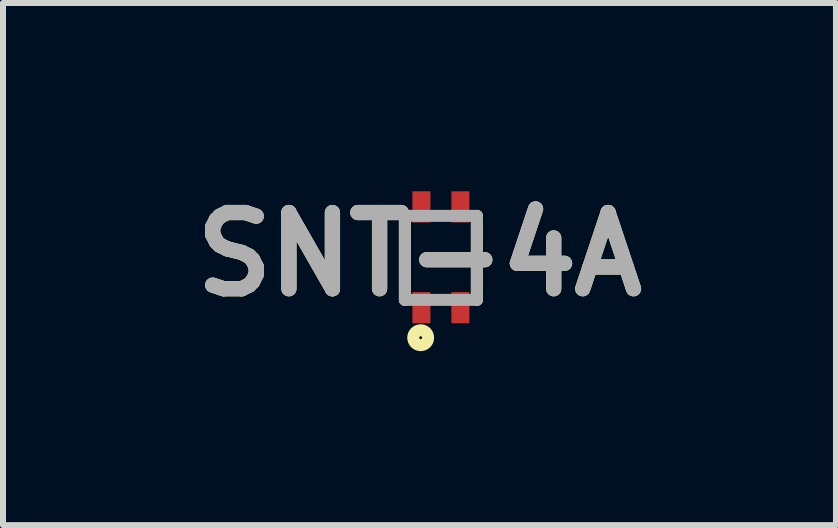
<source format=kicad_pcb>
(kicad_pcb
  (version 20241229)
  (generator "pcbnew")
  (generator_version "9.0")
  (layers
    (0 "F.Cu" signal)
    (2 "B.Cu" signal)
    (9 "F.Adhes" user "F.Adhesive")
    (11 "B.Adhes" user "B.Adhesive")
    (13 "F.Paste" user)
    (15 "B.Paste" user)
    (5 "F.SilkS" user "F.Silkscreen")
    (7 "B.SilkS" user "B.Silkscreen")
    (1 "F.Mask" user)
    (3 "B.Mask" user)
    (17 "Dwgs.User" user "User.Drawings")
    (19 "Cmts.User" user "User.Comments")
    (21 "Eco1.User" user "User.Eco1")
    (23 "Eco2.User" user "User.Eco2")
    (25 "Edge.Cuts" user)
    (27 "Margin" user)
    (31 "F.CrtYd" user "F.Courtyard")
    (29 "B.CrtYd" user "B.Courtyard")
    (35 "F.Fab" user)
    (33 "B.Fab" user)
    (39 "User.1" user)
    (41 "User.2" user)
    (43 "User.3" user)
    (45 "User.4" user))
  (footprint "SNT-4A"
    (layer "F.Cu")
    (at 4.3 1.249)
    (property "Reference" "SNT-4A" (at -0.357 -0.06 0) (layer "F.SilkS") (effects (font (size 1.27 1.27) (thickness 0.254))))
    (attr smd)
    (fp_line (start -0.6 -0.7) (end -0.6 0.7) (stroke (width 0.2) (type solid)) (layer "F.SilkS"))
    (fp_line (start 0.6 0.7) (end 0.6 -0.7) (stroke (width 0.2) (type solid)) (layer "F.SilkS"))
    (fp_circle (center -0.337 1.331) (end -0.337 1.355) (stroke (width 0.2) (type solid)) (fill no) (layer "F.SilkS"))
    (fp_line (start -0.6 -0.7) (end 0.6 -0.7) (stroke (width 0.2) (type solid)) (layer "F.Fab"))
    (fp_line (start -0.6 0.7) (end -0.6 -0.7) (stroke (width 0.2) (type solid)) (layer "F.Fab"))
    (fp_line (start 0.6 -0.7) (end 0.6 0.7) (stroke (width 0.2) (type solid)) (layer "F.Fab"))
    (fp_line (start 0.6 0.7) (end -0.6 0.7) (stroke (width 0.2) (type solid)) (layer "F.Fab"))
    (fp_text user "${REFERENCE}" (at -0.357 -0.06 0) (layer "F.Fab") (effects (font (size 1.27 1.27) (thickness 0.254))))
    (pad "1" smd rect (at -0.325 0.83) (size 0.3 0.52) (layers "F.Cu" "F.Mask" "F.Paste"))
    (pad "2" smd rect (at 0.325 0.83) (size 0.3 0.52) (layers "F.Cu" "F.Mask" "F.Paste"))
    (pad "3" smd rect (at 0.325 -0.85) (size 0.3 0.52) (layers "F.Cu" "F.Mask" "F.Paste"))
    (pad "4" smd rect (at -0.325 -0.85) (size 0.3 0.52) (layers "F.Cu" "F.Mask" "F.Paste")))
  (gr_rect
    (start -3 -3)
    (end 10.886 5.704)
    (stroke (width 0.1) (type default))
    (fill no)
    (layer "Edge.Cuts")))
</source>
